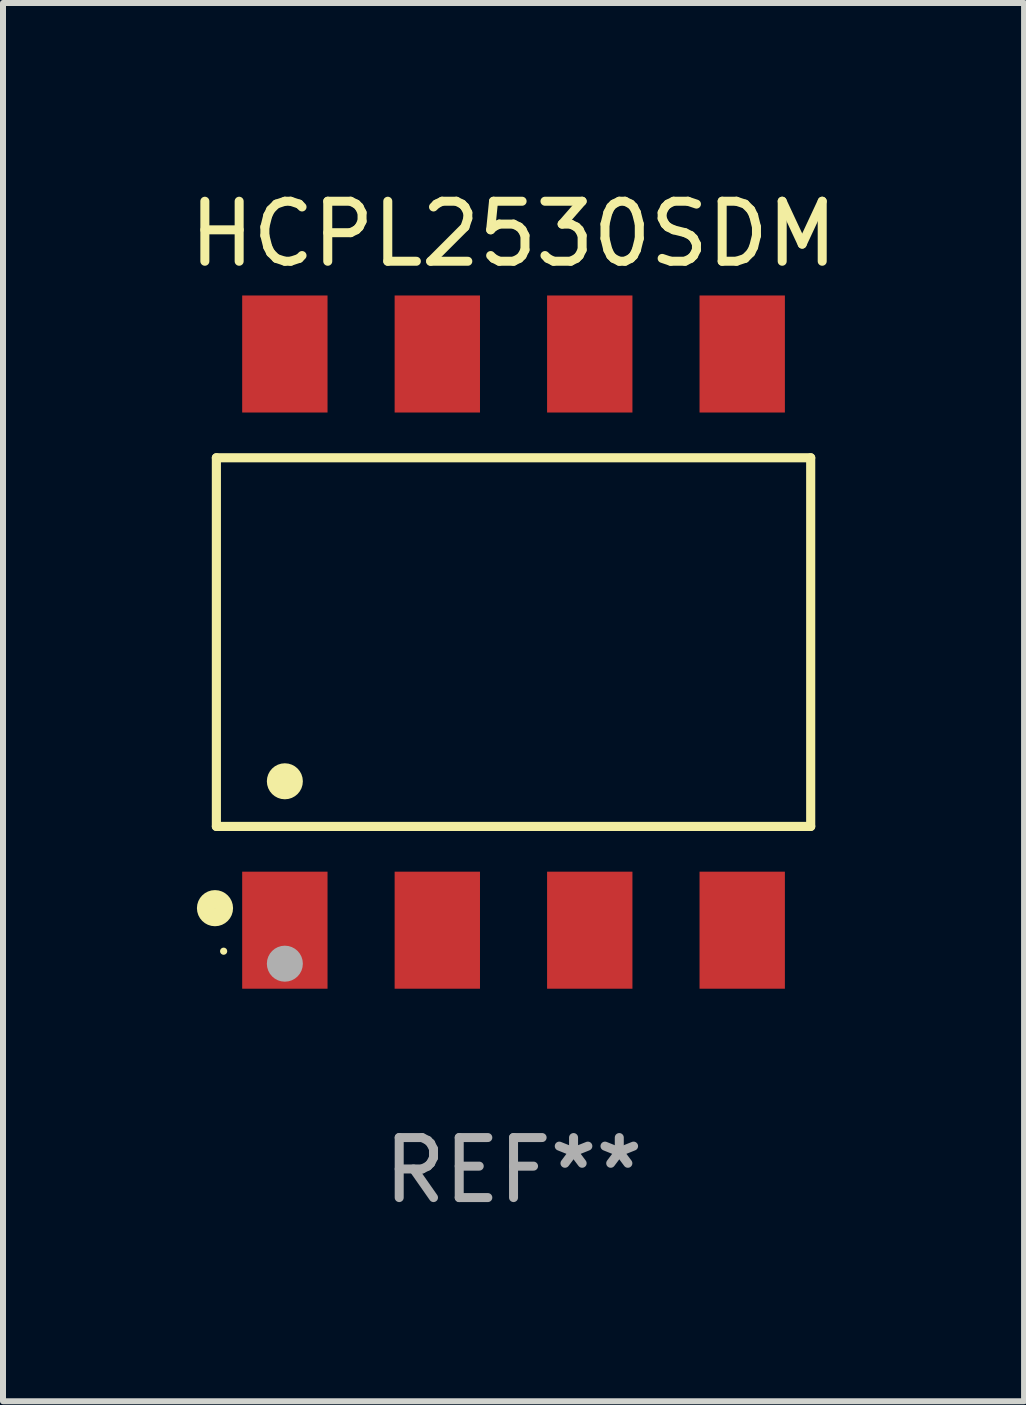
<source format=kicad_pcb>
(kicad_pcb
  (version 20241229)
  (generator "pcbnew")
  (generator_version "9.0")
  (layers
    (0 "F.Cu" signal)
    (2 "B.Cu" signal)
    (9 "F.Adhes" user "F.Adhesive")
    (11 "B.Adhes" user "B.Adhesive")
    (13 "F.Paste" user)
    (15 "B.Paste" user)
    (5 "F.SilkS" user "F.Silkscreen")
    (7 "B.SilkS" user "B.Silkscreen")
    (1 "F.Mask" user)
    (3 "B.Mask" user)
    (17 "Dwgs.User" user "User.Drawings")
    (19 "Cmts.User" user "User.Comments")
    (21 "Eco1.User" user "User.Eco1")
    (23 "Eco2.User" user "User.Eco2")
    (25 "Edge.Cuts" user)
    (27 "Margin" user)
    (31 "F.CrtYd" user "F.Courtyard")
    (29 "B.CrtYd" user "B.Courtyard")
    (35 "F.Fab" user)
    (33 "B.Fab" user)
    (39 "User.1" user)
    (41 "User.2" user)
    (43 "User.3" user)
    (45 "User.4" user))
  (footprint "HCPL2530SDM"
    (layer "F.Cu")
    (at 5.506 7.648)
    (property "Reference" "HCPL2530SDM" (at 0 -6.8 0) (layer "F.SilkS") (effects (font (size 1 1) (thickness 0.15))))
    (attr through_hole)
    (fp_line (start -4.951 -3.071) (end 4.951 -3.071) (stroke (width 0.152) (type solid)) (layer "F.SilkS"))
    (fp_line (start -4.951 3.071) (end -4.951 -3.071) (stroke (width 0.152) (type solid)) (layer "F.SilkS"))
    (fp_line (start 4.951 -3.071) (end 4.951 3.071) (stroke (width 0.152) (type solid)) (layer "F.SilkS"))
    (fp_line (start 4.951 3.071) (end -4.951 3.071) (stroke (width 0.152) (type solid)) (layer "F.SilkS"))
    (fp_circle (center -4.974 4.433) (end -4.823 4.433) (stroke (width 0.3) (type solid)) (fill no) (layer "F.SilkS"))
    (fp_circle (center -4.83 5.15) (end -4.8 5.15) (stroke (width 0.06) (type solid)) (fill no) (layer "F.SilkS"))
    (fp_circle (center -3.81 2.319) (end -3.66 2.319) (stroke (width 0.3) (type solid)) (fill no) (layer "F.SilkS"))
    (fp_circle (center -3.81 5.358) (end -3.66 5.358) (stroke (width 0.3) (type solid)) (fill no) (layer "F.Fab"))
    (fp_text user "REF**" (at 0 8.8 0) (layer "F.Fab") (effects (font (size 1 1) (thickness 0.15))))
    (pad "1" smd rect (at -3.81 4.8) (size 1.422 1.95) (layers "F.Cu" "F.Mask" "F.Paste"))
    (pad "2" smd rect (at -1.27 4.8) (size 1.422 1.95) (layers "F.Cu" "F.Mask" "F.Paste"))
    (pad "3" smd rect (at 1.27 4.8) (size 1.422 1.95) (layers "F.Cu" "F.Mask" "F.Paste"))
    (pad "4" smd rect (at 3.81 4.8) (size 1.422 1.95) (layers "F.Cu" "F.Mask" "F.Paste"))
    (pad "5" smd rect (at 3.81 -4.8) (size 1.422 1.95) (layers "F.Cu" "F.Mask" "F.Paste"))
    (pad "6" smd rect (at 1.27 -4.8) (size 1.422 1.95) (layers "F.Cu" "F.Mask" "F.Paste"))
    (pad "7" smd rect (at -1.27 -4.8) (size 1.422 1.95) (layers "F.Cu" "F.Mask" "F.Paste"))
    (pad "8" smd rect (at -3.81 -4.8) (size 1.422 1.95) (layers "F.Cu" "F.Mask" "F.Paste")))
  (gr_rect
    (start -3 -3)
    (end 14.012 20.296)
    (stroke (width 0.1) (type default))
    (fill no)
    (layer "Edge.Cuts")))
</source>
